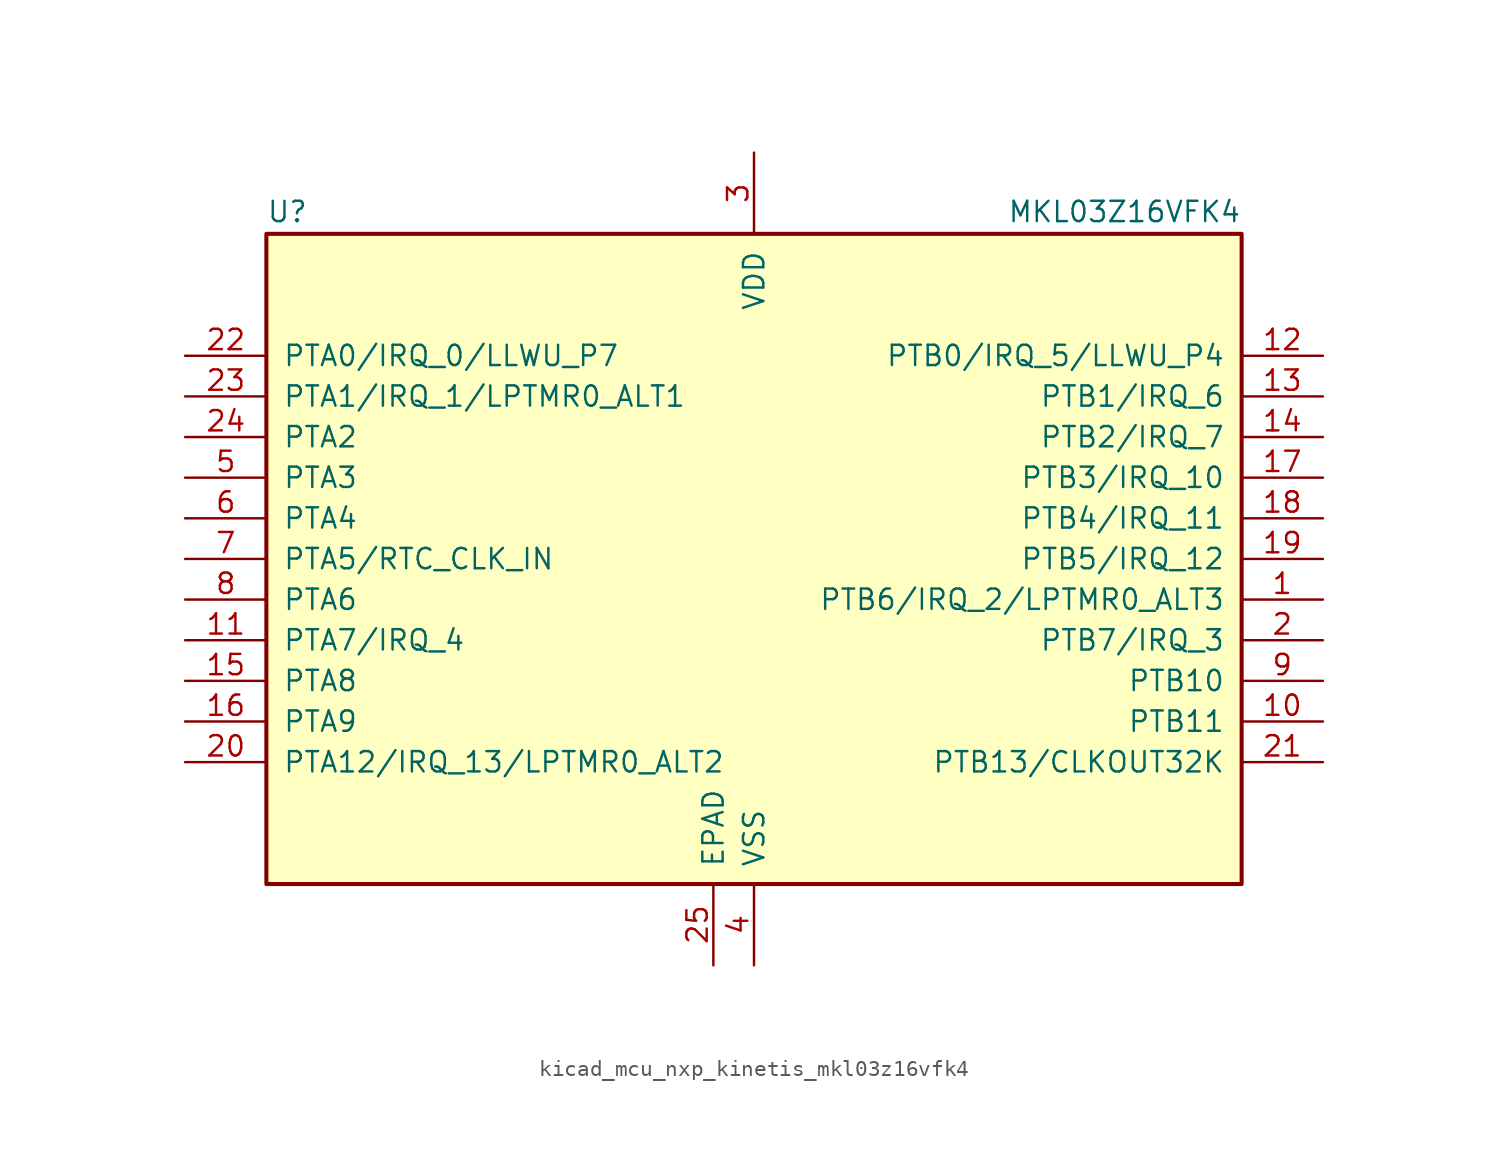
<source format=kicad_sym>
(kicad_symbol_lib
  (version 20220914)
  (generator kicad_symbol_editor)
  (symbol "kicad_mcu_nxp_kinetis_mkl03z16vfk4"
    (pin_names
      (offset 1.016))
    (property "Reference" "U"
      (at -30.48 20.955 0)
      (effects (font (size 1.27 1.27)) (justify left bottom)))
    (property "Value" "MKL03Z16VFK4"
      (at 30.48 20.955 0)
      (effects (font (size 1.27 1.27)) (justify right bottom)))
    (symbol "kicad_mcu_nxp_kinetis_mkl03z16vfk4_0_1"
      (rectangle (start -30.48 20.32) (end 30.48 -20.32) (stroke (width 0.254) (type default)) (fill (type background))))
    (symbol "kicad_mcu_nxp_kinetis_mkl03z16vfk4_1_1"
      (pin bidirectional line (at 35.56 -2.54 180) (length 5.08) (name "PTB6/IRQ_2/LPTMR0_ALT3" (effects (font (size 1.27 1.27)))) (number "1" (effects (font (size 1.27 1.27)))))
      (pin bidirectional line (at 35.56 -10.16 180) (length 5.08) (name "PTB11" (effects (font (size 1.27 1.27)))) (number "10" (effects (font (size 1.27 1.27)))))
      (pin bidirectional line (at -35.56 -5.08 0) (length 5.08) (name "PTA7/IRQ_4" (effects (font (size 1.27 1.27)))) (number "11" (effects (font (size 1.27 1.27)))))
      (pin bidirectional line (at 35.56 12.7 180) (length 5.08) (name "PTB0/IRQ_5/LLWU_P4" (effects (font (size 1.27 1.27)))) (number "12" (effects (font (size 1.27 1.27)))))
      (pin bidirectional line (at 35.56 10.16 180) (length 5.08) (name "PTB1/IRQ_6" (effects (font (size 1.27 1.27)))) (number "13" (effects (font (size 1.27 1.27)))))
      (pin bidirectional line (at 35.56 7.62 180) (length 5.08) (name "PTB2/IRQ_7" (effects (font (size 1.27 1.27)))) (number "14" (effects (font (size 1.27 1.27)))))
      (pin bidirectional line (at -35.56 -7.62 0) (length 5.08) (name "PTA8" (effects (font (size 1.27 1.27)))) (number "15" (effects (font (size 1.27 1.27)))))
      (pin bidirectional line (at -35.56 -10.16 0) (length 5.08) (name "PTA9" (effects (font (size 1.27 1.27)))) (number "16" (effects (font (size 1.27 1.27)))))
      (pin bidirectional line (at 35.56 5.08 180) (length 5.08) (name "PTB3/IRQ_10" (effects (font (size 1.27 1.27)))) (number "17" (effects (font (size 1.27 1.27)))))
      (pin bidirectional line (at 35.56 2.54 180) (length 5.08) (name "PTB4/IRQ_11" (effects (font (size 1.27 1.27)))) (number "18" (effects (font (size 1.27 1.27)))))
      (pin bidirectional line (at 35.56 0 180) (length 5.08) (name "PTB5/IRQ_12" (effects (font (size 1.27 1.27)))) (number "19" (effects (font (size 1.27 1.27)))))
      (pin bidirectional line (at 35.56 -5.08 180) (length 5.08) (name "PTB7/IRQ_3" (effects (font (size 1.27 1.27)))) (number "2" (effects (font (size 1.27 1.27)))))
      (pin bidirectional line (at -35.56 -12.7 0) (length 5.08) (name "PTA12/IRQ_13/LPTMR0_ALT2" (effects (font (size 1.27 1.27)))) (number "20" (effects (font (size 1.27 1.27)))))
      (pin bidirectional line (at 35.56 -12.7 180) (length 5.08) (name "PTB13/CLKOUT32K" (effects (font (size 1.27 1.27)))) (number "21" (effects (font (size 1.27 1.27)))))
      (pin bidirectional line (at -35.56 12.7 0) (length 5.08) (name "PTA0/IRQ_0/LLWU_P7" (effects (font (size 1.27 1.27)))) (number "22" (effects (font (size 1.27 1.27)))))
      (pin bidirectional line (at -35.56 10.16 0) (length 5.08) (name "PTA1/IRQ_1/LPTMR0_ALT1" (effects (font (size 1.27 1.27)))) (number "23" (effects (font (size 1.27 1.27)))))
      (pin bidirectional line (at -35.56 7.62 0) (length 5.08) (name "PTA2" (effects (font (size 1.27 1.27)))) (number "24" (effects (font (size 1.27 1.27)))))
      (pin power_in line (at -2.54 -25.4 90) (length 5.08) (name "EPAD" (effects (font (size 1.27 1.27)))) (number "25" (effects (font (size 1.27 1.27)))))
      (pin power_in line (at 0 25.4 270) (length 5.08) (name "VDD" (effects (font (size 1.27 1.27)))) (number "3" (effects (font (size 1.27 1.27)))))
      (pin power_in line (at 0 -25.4 90) (length 5.08) (name "VSS" (effects (font (size 1.27 1.27)))) (number "4" (effects (font (size 1.27 1.27)))))
      (pin bidirectional line (at -35.56 5.08 0) (length 5.08) (name "PTA3" (effects (font (size 1.27 1.27)))) (number "5" (effects (font (size 1.27 1.27)))))
      (pin bidirectional line (at -35.56 2.54 0) (length 5.08) (name "PTA4" (effects (font (size 1.27 1.27)))) (number "6" (effects (font (size 1.27 1.27)))))
      (pin bidirectional line (at -35.56 0 0) (length 5.08) (name "PTA5/RTC_CLK_IN" (effects (font (size 1.27 1.27)))) (number "7" (effects (font (size 1.27 1.27)))))
      (pin bidirectional line (at -35.56 -2.54 0) (length 5.08) (name "PTA6" (effects (font (size 1.27 1.27)))) (number "8" (effects (font (size 1.27 1.27)))))
      (pin bidirectional line (at 35.56 -7.62 180) (length 5.08) (name "PTB10" (effects (font (size 1.27 1.27)))) (number "9" (effects (font (size 1.27 1.27))))))))
</source>
